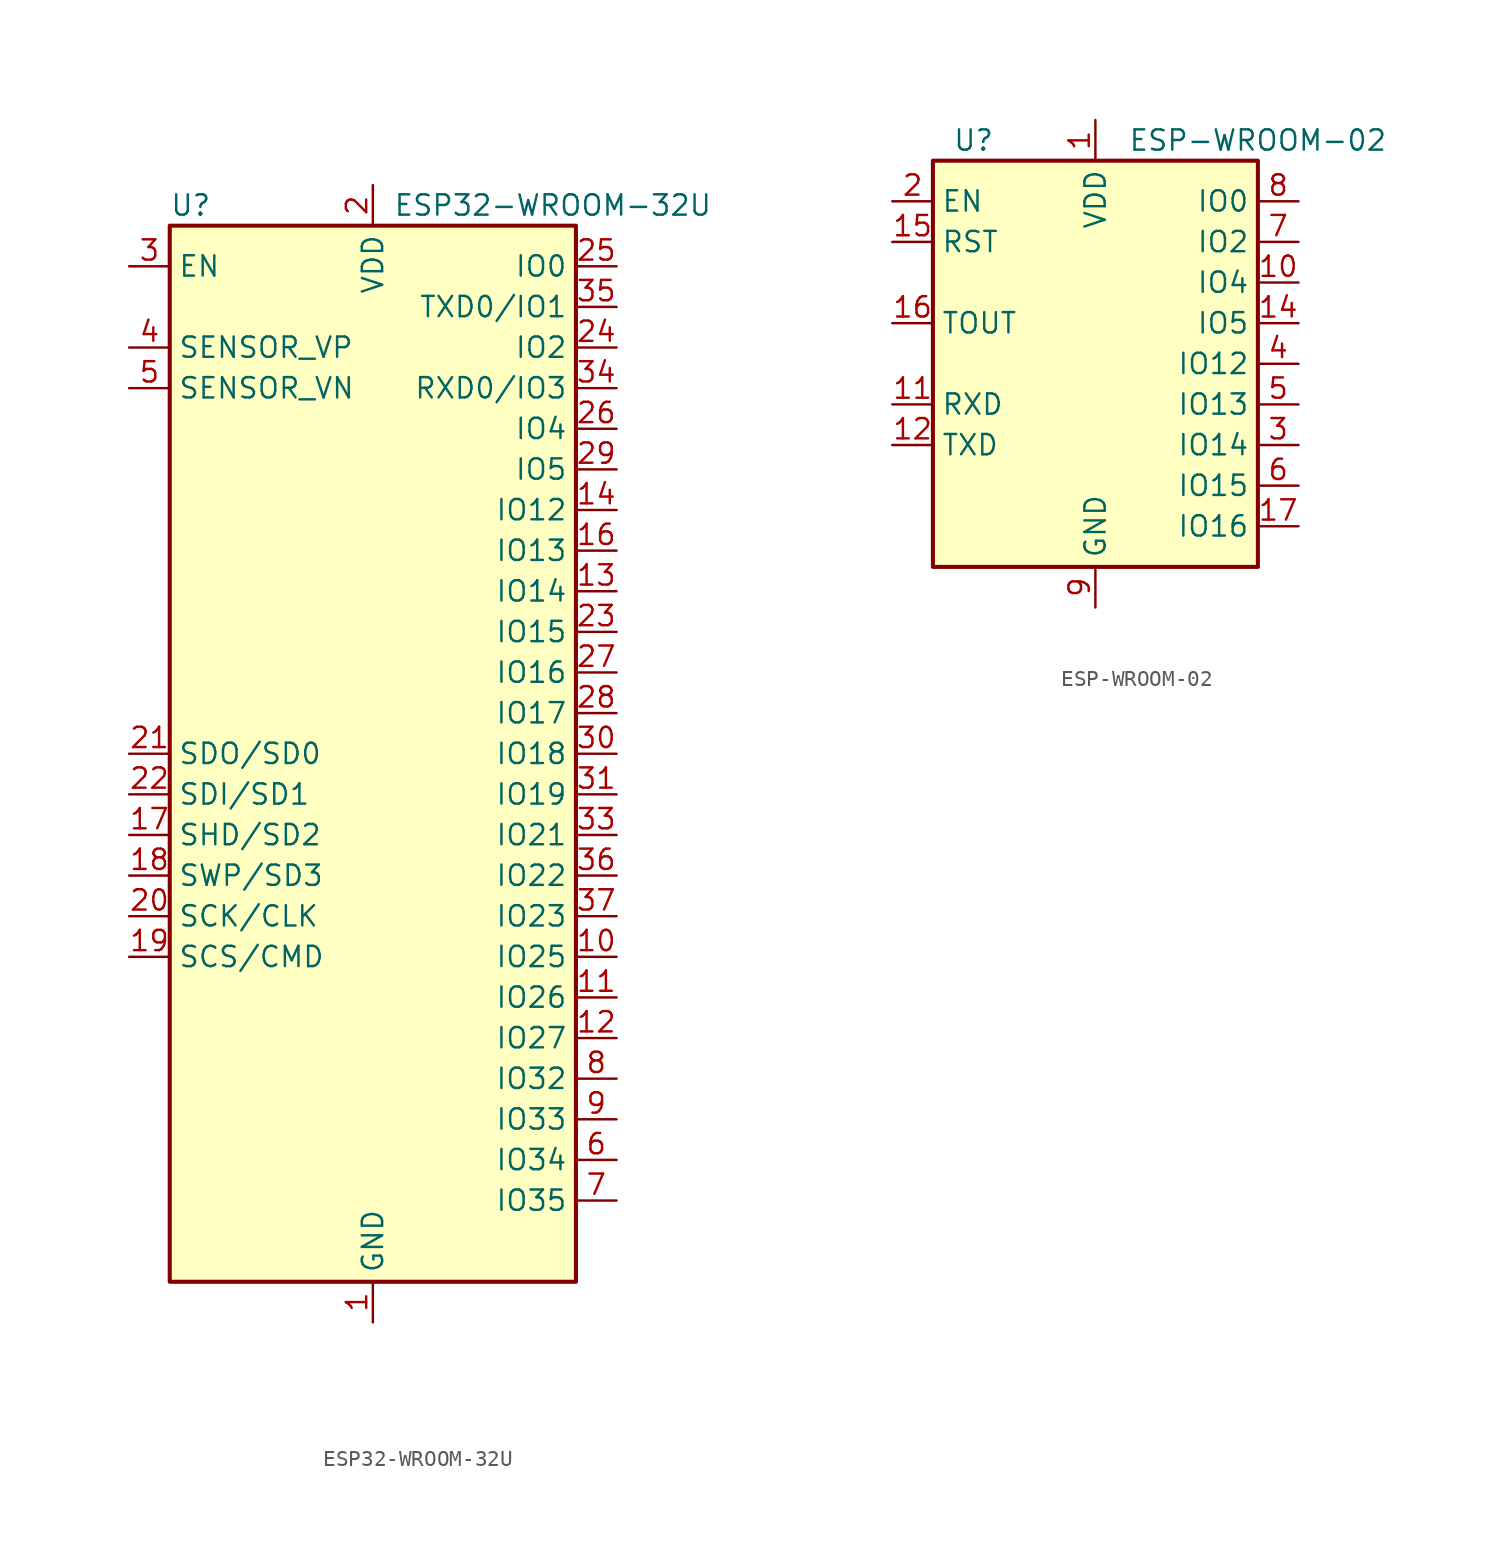
<source format=kicad_sym>
(kicad_symbol_lib
  (version 20220914)
  (generator kicad_symbol_editor)
  (symbol "ESP32-WROOM-32U"
    (property "Reference" "U"
      (at -12.7 34.29 0)
      (effects (font (size 1.27 1.27)) (justify left)))
    (property "Value" "ESP32-WROOM-32U"
      (at 1.27 34.29 0)
      (effects (font (size 1.27 1.27)) (justify left)))
    (symbol "ESP32-WROOM-32U_0_1"
      (rectangle (start -12.7 33.02) (end 12.7 -33.02) (stroke (width 0.254) (type default)) (fill (type background))))
    (symbol "ESP32-WROOM-32U_1_1"
      (pin power_in line (at 0 -35.56 90) (length 2.54) (name "GND" (effects (font (size 1.27 1.27)))) (number "1" (effects (font (size 1.27 1.27)))))
      (pin bidirectional line (at 15.24 -12.7 180) (length 2.54) (name "IO25" (effects (font (size 1.27 1.27)))) (number "10" (effects (font (size 1.27 1.27)))))
      (pin bidirectional line (at 15.24 -15.24 180) (length 2.54) (name "IO26" (effects (font (size 1.27 1.27)))) (number "11" (effects (font (size 1.27 1.27)))))
      (pin bidirectional line (at 15.24 -17.78 180) (length 2.54) (name "IO27" (effects (font (size 1.27 1.27)))) (number "12" (effects (font (size 1.27 1.27)))))
      (pin bidirectional line (at 15.24 10.16 180) (length 2.54) (name "IO14" (effects (font (size 1.27 1.27)))) (number "13" (effects (font (size 1.27 1.27)))))
      (pin bidirectional line (at 15.24 15.24 180) (length 2.54) (name "IO12" (effects (font (size 1.27 1.27)))) (number "14" (effects (font (size 1.27 1.27)))))
      (pin passive line (at 0 -35.56 90) (length 2.54) hide (name "GND" (effects (font (size 1.27 1.27)))) (number "15" (effects (font (size 1.27 1.27)))))
      (pin bidirectional line (at 15.24 12.7 180) (length 2.54) (name "IO13" (effects (font (size 1.27 1.27)))) (number "16" (effects (font (size 1.27 1.27)))))
      (pin bidirectional line (at -15.24 -5.08 0) (length 2.54) (name "SHD/SD2" (effects (font (size 1.27 1.27)))) (number "17" (effects (font (size 1.27 1.27)))))
      (pin bidirectional line (at -15.24 -7.62 0) (length 2.54) (name "SWP/SD3" (effects (font (size 1.27 1.27)))) (number "18" (effects (font (size 1.27 1.27)))))
      (pin bidirectional line (at -15.24 -12.7 0) (length 2.54) (name "SCS/CMD" (effects (font (size 1.27 1.27)))) (number "19" (effects (font (size 1.27 1.27)))))
      (pin power_in line (at 0 35.56 270) (length 2.54) (name "VDD" (effects (font (size 1.27 1.27)))) (number "2" (effects (font (size 1.27 1.27)))))
      (pin bidirectional line (at -15.24 -10.16 0) (length 2.54) (name "SCK/CLK" (effects (font (size 1.27 1.27)))) (number "20" (effects (font (size 1.27 1.27)))))
      (pin bidirectional line (at -15.24 0 0) (length 2.54) (name "SDO/SD0" (effects (font (size 1.27 1.27)))) (number "21" (effects (font (size 1.27 1.27)))))
      (pin bidirectional line (at -15.24 -2.54 0) (length 2.54) (name "SDI/SD1" (effects (font (size 1.27 1.27)))) (number "22" (effects (font (size 1.27 1.27)))))
      (pin bidirectional line (at 15.24 7.62 180) (length 2.54) (name "IO15" (effects (font (size 1.27 1.27)))) (number "23" (effects (font (size 1.27 1.27)))))
      (pin bidirectional line (at 15.24 25.4 180) (length 2.54) (name "IO2" (effects (font (size 1.27 1.27)))) (number "24" (effects (font (size 1.27 1.27)))))
      (pin bidirectional line (at 15.24 30.48 180) (length 2.54) (name "IO0" (effects (font (size 1.27 1.27)))) (number "25" (effects (font (size 1.27 1.27)))))
      (pin bidirectional line (at 15.24 20.32 180) (length 2.54) (name "IO4" (effects (font (size 1.27 1.27)))) (number "26" (effects (font (size 1.27 1.27)))))
      (pin bidirectional line (at 15.24 5.08 180) (length 2.54) (name "IO16" (effects (font (size 1.27 1.27)))) (number "27" (effects (font (size 1.27 1.27)))))
      (pin bidirectional line (at 15.24 2.54 180) (length 2.54) (name "IO17" (effects (font (size 1.27 1.27)))) (number "28" (effects (font (size 1.27 1.27)))))
      (pin bidirectional line (at 15.24 17.78 180) (length 2.54) (name "IO5" (effects (font (size 1.27 1.27)))) (number "29" (effects (font (size 1.27 1.27)))))
      (pin input line (at -15.24 30.48 0) (length 2.54) (name "EN" (effects (font (size 1.27 1.27)))) (number "3" (effects (font (size 1.27 1.27)))))
      (pin bidirectional line (at 15.24 0 180) (length 2.54) (name "IO18" (effects (font (size 1.27 1.27)))) (number "30" (effects (font (size 1.27 1.27)))))
      (pin bidirectional line (at 15.24 -2.54 180) (length 2.54) (name "IO19" (effects (font (size 1.27 1.27)))) (number "31" (effects (font (size 1.27 1.27)))))
      (pin no_connect line (at -12.7 -27.94 0) (length 2.54) hide (name "NC" (effects (font (size 1.27 1.27)))) (number "32" (effects (font (size 1.27 1.27)))))
      (pin bidirectional line (at 15.24 -5.08 180) (length 2.54) (name "IO21" (effects (font (size 1.27 1.27)))) (number "33" (effects (font (size 1.27 1.27)))))
      (pin bidirectional line (at 15.24 22.86 180) (length 2.54) (name "RXD0/IO3" (effects (font (size 1.27 1.27)))) (number "34" (effects (font (size 1.27 1.27)))))
      (pin bidirectional line (at 15.24 27.94 180) (length 2.54) (name "TXD0/IO1" (effects (font (size 1.27 1.27)))) (number "35" (effects (font (size 1.27 1.27)))))
      (pin bidirectional line (at 15.24 -7.62 180) (length 2.54) (name "IO22" (effects (font (size 1.27 1.27)))) (number "36" (effects (font (size 1.27 1.27)))))
      (pin bidirectional line (at 15.24 -10.16 180) (length 2.54) (name "IO23" (effects (font (size 1.27 1.27)))) (number "37" (effects (font (size 1.27 1.27)))))
      (pin passive line (at 0 -35.56 90) (length 2.54) hide (name "GND" (effects (font (size 1.27 1.27)))) (number "38" (effects (font (size 1.27 1.27)))))
      (pin passive line (at 0 -35.56 90) (length 2.54) hide (name "GND" (effects (font (size 1.27 1.27)))) (number "39" (effects (font (size 1.27 1.27)))))
      (pin input line (at -15.24 25.4 0) (length 2.54) (name "SENSOR_VP" (effects (font (size 1.27 1.27)))) (number "4" (effects (font (size 1.27 1.27)))))
      (pin input line (at -15.24 22.86 0) (length 2.54) (name "SENSOR_VN" (effects (font (size 1.27 1.27)))) (number "5" (effects (font (size 1.27 1.27)))))
      (pin input line (at 15.24 -25.4 180) (length 2.54) (name "IO34" (effects (font (size 1.27 1.27)))) (number "6" (effects (font (size 1.27 1.27)))))
      (pin input line (at 15.24 -27.94 180) (length 2.54) (name "IO35" (effects (font (size 1.27 1.27)))) (number "7" (effects (font (size 1.27 1.27)))))
      (pin bidirectional line (at 15.24 -20.32 180) (length 2.54) (name "IO32" (effects (font (size 1.27 1.27)))) (number "8" (effects (font (size 1.27 1.27)))))
      (pin bidirectional line (at 15.24 -22.86 180) (length 2.54) (name "IO33" (effects (font (size 1.27 1.27)))) (number "9" (effects (font (size 1.27 1.27)))))))
  (symbol "ESP-WROOM-02"
    (property "Reference" "U"
      (at -7.62 13.97 0)
      (effects (font (size 1.27 1.27))))
    (property "Value" "ESP-WROOM-02"
      (at 10.16 13.97 0)
      (effects (font (size 1.27 1.27))))
    (symbol "ESP-WROOM-02_0_1"
      (rectangle (start 10.16 12.7) (end -10.16 -12.7) (stroke (width 0.254) (type default)) (fill (type background))))
    (symbol "ESP-WROOM-02_1_1"
      (pin power_in line (at 0 15.24 270) (length 2.54) (name "VDD" (effects (font (size 1.27 1.27)))) (number "1" (effects (font (size 1.27 1.27)))))
      (pin bidirectional line (at 12.7 5.08 180) (length 2.54) (name "IO4" (effects (font (size 1.27 1.27)))) (number "10" (effects (font (size 1.27 1.27)))))
      (pin bidirectional line (at -12.7 -2.54 0) (length 2.54) (name "RXD" (effects (font (size 1.27 1.27)))) (number "11" (effects (font (size 1.27 1.27)))))
      (pin bidirectional line (at -12.7 -5.08 0) (length 2.54) (name "TXD" (effects (font (size 1.27 1.27)))) (number "12" (effects (font (size 1.27 1.27)))))
      (pin passive line (at 0 -15.24 90) (length 2.54) hide (name "GND" (effects (font (size 1.27 1.27)))) (number "13" (effects (font (size 1.27 1.27)))))
      (pin bidirectional line (at 12.7 2.54 180) (length 2.54) (name "IO5" (effects (font (size 1.27 1.27)))) (number "14" (effects (font (size 1.27 1.27)))))
      (pin input line (at -12.7 7.62 0) (length 2.54) (name "RST" (effects (font (size 1.27 1.27)))) (number "15" (effects (font (size 1.27 1.27)))))
      (pin input line (at -12.7 2.54 0) (length 2.54) (name "TOUT" (effects (font (size 1.27 1.27)))) (number "16" (effects (font (size 1.27 1.27)))))
      (pin bidirectional line (at 12.7 -10.16 180) (length 2.54) (name "IO16" (effects (font (size 1.27 1.27)))) (number "17" (effects (font (size 1.27 1.27)))))
      (pin passive line (at 0 -15.24 90) (length 2.54) hide (name "GND" (effects (font (size 1.27 1.27)))) (number "18" (effects (font (size 1.27 1.27)))))
      (pin passive line (at 0 -15.24 90) (length 2.54) hide (name "GND" (effects (font (size 1.27 1.27)))) (number "19" (effects (font (size 1.27 1.27)))))
      (pin input line (at -12.7 10.16 0) (length 2.54) (name "EN" (effects (font (size 1.27 1.27)))) (number "2" (effects (font (size 1.27 1.27)))))
      (pin bidirectional line (at 12.7 -5.08 180) (length 2.54) (name "IO14" (effects (font (size 1.27 1.27)))) (number "3" (effects (font (size 1.27 1.27)))))
      (pin bidirectional line (at 12.7 0 180) (length 2.54) (name "IO12" (effects (font (size 1.27 1.27)))) (number "4" (effects (font (size 1.27 1.27)))))
      (pin bidirectional line (at 12.7 -2.54 180) (length 2.54) (name "IO13" (effects (font (size 1.27 1.27)))) (number "5" (effects (font (size 1.27 1.27)))))
      (pin bidirectional line (at 12.7 -7.62 180) (length 2.54) (name "IO15" (effects (font (size 1.27 1.27)))) (number "6" (effects (font (size 1.27 1.27)))))
      (pin bidirectional line (at 12.7 7.62 180) (length 2.54) (name "IO2" (effects (font (size 1.27 1.27)))) (number "7" (effects (font (size 1.27 1.27)))))
      (pin bidirectional line (at 12.7 10.16 180) (length 2.54) (name "IO0" (effects (font (size 1.27 1.27)))) (number "8" (effects (font (size 1.27 1.27)))))
      (pin power_in line (at 0 -15.24 90) (length 2.54) (name "GND" (effects (font (size 1.27 1.27)))) (number "9" (effects (font (size 1.27 1.27))))))))
</source>
